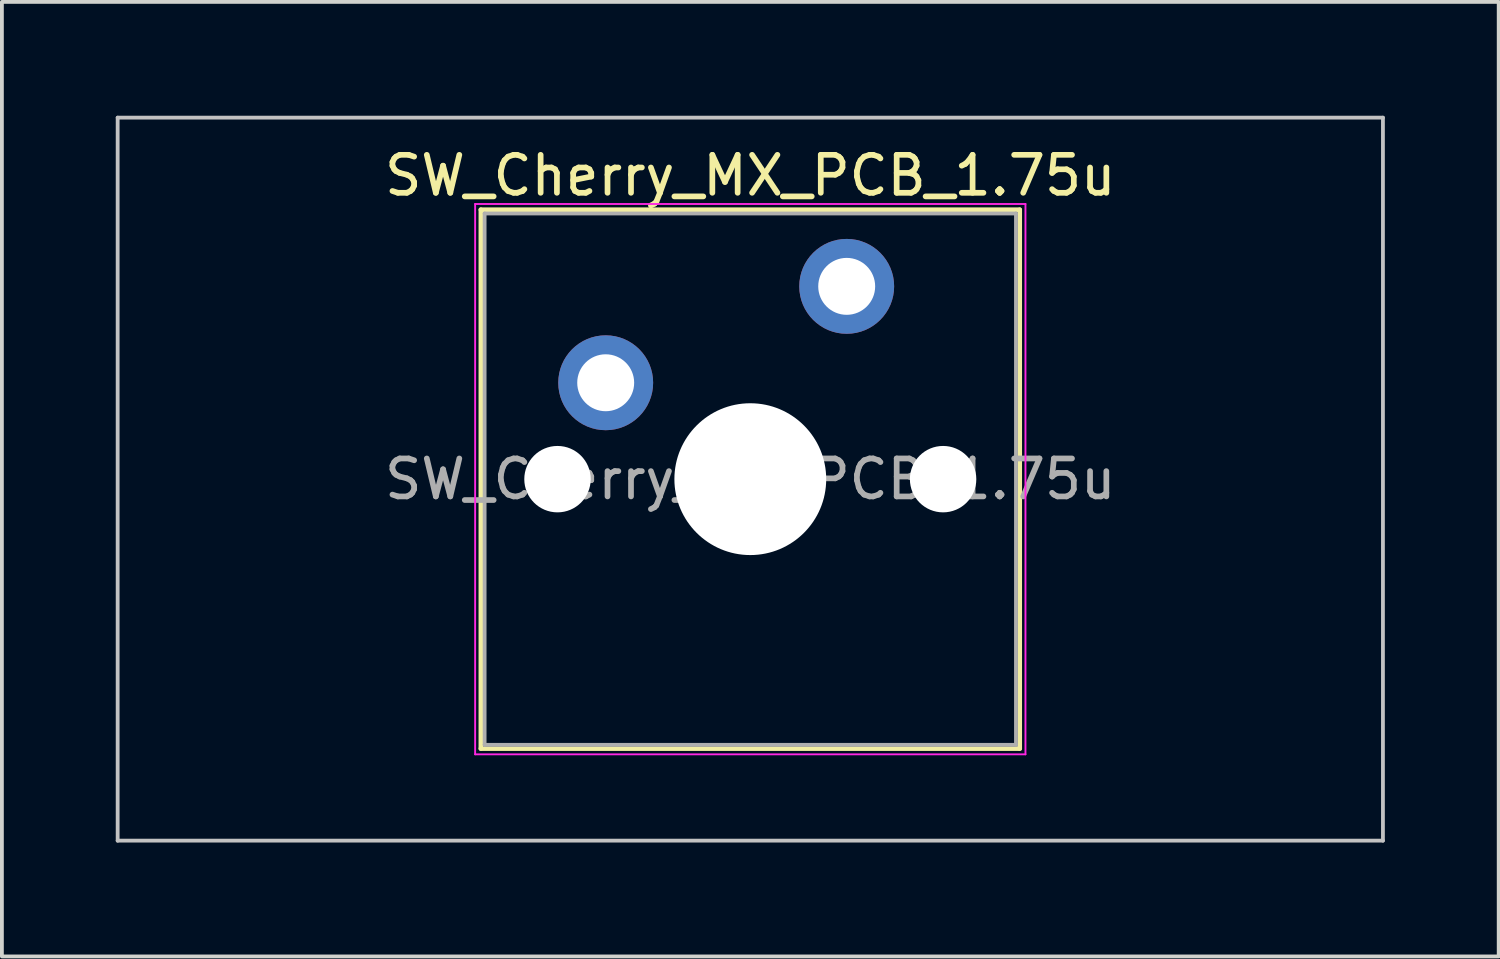
<source format=kicad_pcb>
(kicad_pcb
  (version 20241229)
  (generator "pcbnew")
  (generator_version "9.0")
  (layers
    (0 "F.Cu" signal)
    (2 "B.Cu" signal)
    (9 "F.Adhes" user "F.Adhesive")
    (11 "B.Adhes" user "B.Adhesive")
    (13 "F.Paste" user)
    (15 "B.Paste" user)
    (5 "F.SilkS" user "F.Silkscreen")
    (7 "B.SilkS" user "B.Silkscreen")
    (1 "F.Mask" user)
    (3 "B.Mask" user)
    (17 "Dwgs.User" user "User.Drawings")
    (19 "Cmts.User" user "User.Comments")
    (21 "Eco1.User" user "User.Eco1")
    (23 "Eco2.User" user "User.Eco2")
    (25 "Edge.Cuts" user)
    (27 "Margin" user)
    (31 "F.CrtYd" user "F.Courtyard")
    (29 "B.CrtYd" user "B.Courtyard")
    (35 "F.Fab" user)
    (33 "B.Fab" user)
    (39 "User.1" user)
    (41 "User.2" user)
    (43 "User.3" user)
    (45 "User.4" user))
  (footprint "SW_Cherry_MX_PCB_1.75u"
    (layer "F.Cu")
    (at 16.719 9.575)
    (property "Reference" "SW_Cherry_MX_PCB_1.75u" (at 0 -8 0) (layer "F.SilkS") (effects (font (size 1 1) (thickness 0.15))))
    (attr through_hole)
    (fp_line (start -7.1 -7.1) (end -7.1 7.1) (stroke (width 0.12) (type solid)) (layer "F.SilkS"))
    (fp_line (start -7.1 7.1) (end 7.1 7.1) (stroke (width 0.12) (type solid)) (layer "F.SilkS"))
    (fp_line (start 7.1 -7.1) (end -7.1 -7.1) (stroke (width 0.12) (type solid)) (layer "F.SilkS"))
    (fp_line (start 7.1 7.1) (end 7.1 -7.1) (stroke (width 0.12) (type solid)) (layer "F.SilkS"))
    (fp_line (start -16.669 -9.525) (end -16.669 9.525) (stroke (width 0.1) (type solid)) (layer "Dwgs.User"))
    (fp_line (start -16.669 9.525) (end 16.669 9.525) (stroke (width 0.1) (type solid)) (layer "Dwgs.User"))
    (fp_line (start 16.669 -9.525) (end -16.669 -9.525) (stroke (width 0.1) (type solid)) (layer "Dwgs.User"))
    (fp_line (start 16.669 9.525) (end 16.669 -9.525) (stroke (width 0.1) (type solid)) (layer "Dwgs.User"))
    (fp_line (start -7 -7) (end -7 7) (stroke (width 0.1) (type solid)) (layer "Eco1.User"))
    (fp_line (start -7 7) (end 7 7) (stroke (width 0.1) (type solid)) (layer "Eco1.User"))
    (fp_line (start 7 -7) (end -7 -7) (stroke (width 0.1) (type solid)) (layer "Eco1.User"))
    (fp_line (start 7 7) (end 7 -7) (stroke (width 0.1) (type solid)) (layer "Eco1.User"))
    (fp_line (start -7.25 -7.25) (end -7.25 7.25) (stroke (width 0.05) (type solid)) (layer "F.CrtYd"))
    (fp_line (start -7.25 7.25) (end 7.25 7.25) (stroke (width 0.05) (type solid)) (layer "F.CrtYd"))
    (fp_line (start 7.25 -7.25) (end -7.25 -7.25) (stroke (width 0.05) (type solid)) (layer "F.CrtYd"))
    (fp_line (start 7.25 7.25) (end 7.25 -7.25) (stroke (width 0.05) (type solid)) (layer "F.CrtYd"))
    (fp_line (start -7 -7) (end -7 7) (stroke (width 0.1) (type solid)) (layer "F.Fab"))
    (fp_line (start -7 7) (end 7 7) (stroke (width 0.1) (type solid)) (layer "F.Fab"))
    (fp_line (start 7 -7) (end -7 -7) (stroke (width 0.1) (type solid)) (layer "F.Fab"))
    (fp_line (start 7 7) (end 7 -7) (stroke (width 0.1) (type solid)) (layer "F.Fab"))
    (fp_text user "${REFERENCE}" (at 0 0 0) (layer "F.Fab") (effects (font (size 1 1) (thickness 0.15))))
    (pad "" np_thru_hole circle (at -5.08 0) (size 1.75 1.75) (drill 1.75) (layers "*.Cu" "*.Mask"))
    (pad "" np_thru_hole circle (at 0 0) (size 4 4) (drill 4) (layers "*.Cu" "*.Mask"))
    (pad "" np_thru_hole circle (at 5.08 0) (size 1.75 1.75) (drill 1.75) (layers "*.Cu" "*.Mask"))
    (pad "1" thru_hole circle (at -3.81 -2.54) (size 2.5 2.5) (drill 1.5) (layers "*.Cu" "*.Mask"))
    (pad "2" thru_hole circle (at 2.54 -5.08) (size 2.5 2.5) (drill 1.5) (layers "*.Cu" "*.Mask")))
  (gr_rect
    (start -3 -3)
    (end 36.438 22.15)
    (stroke (width 0.1) (type default))
    (fill no)
    (layer "Edge.Cuts")))
</source>
